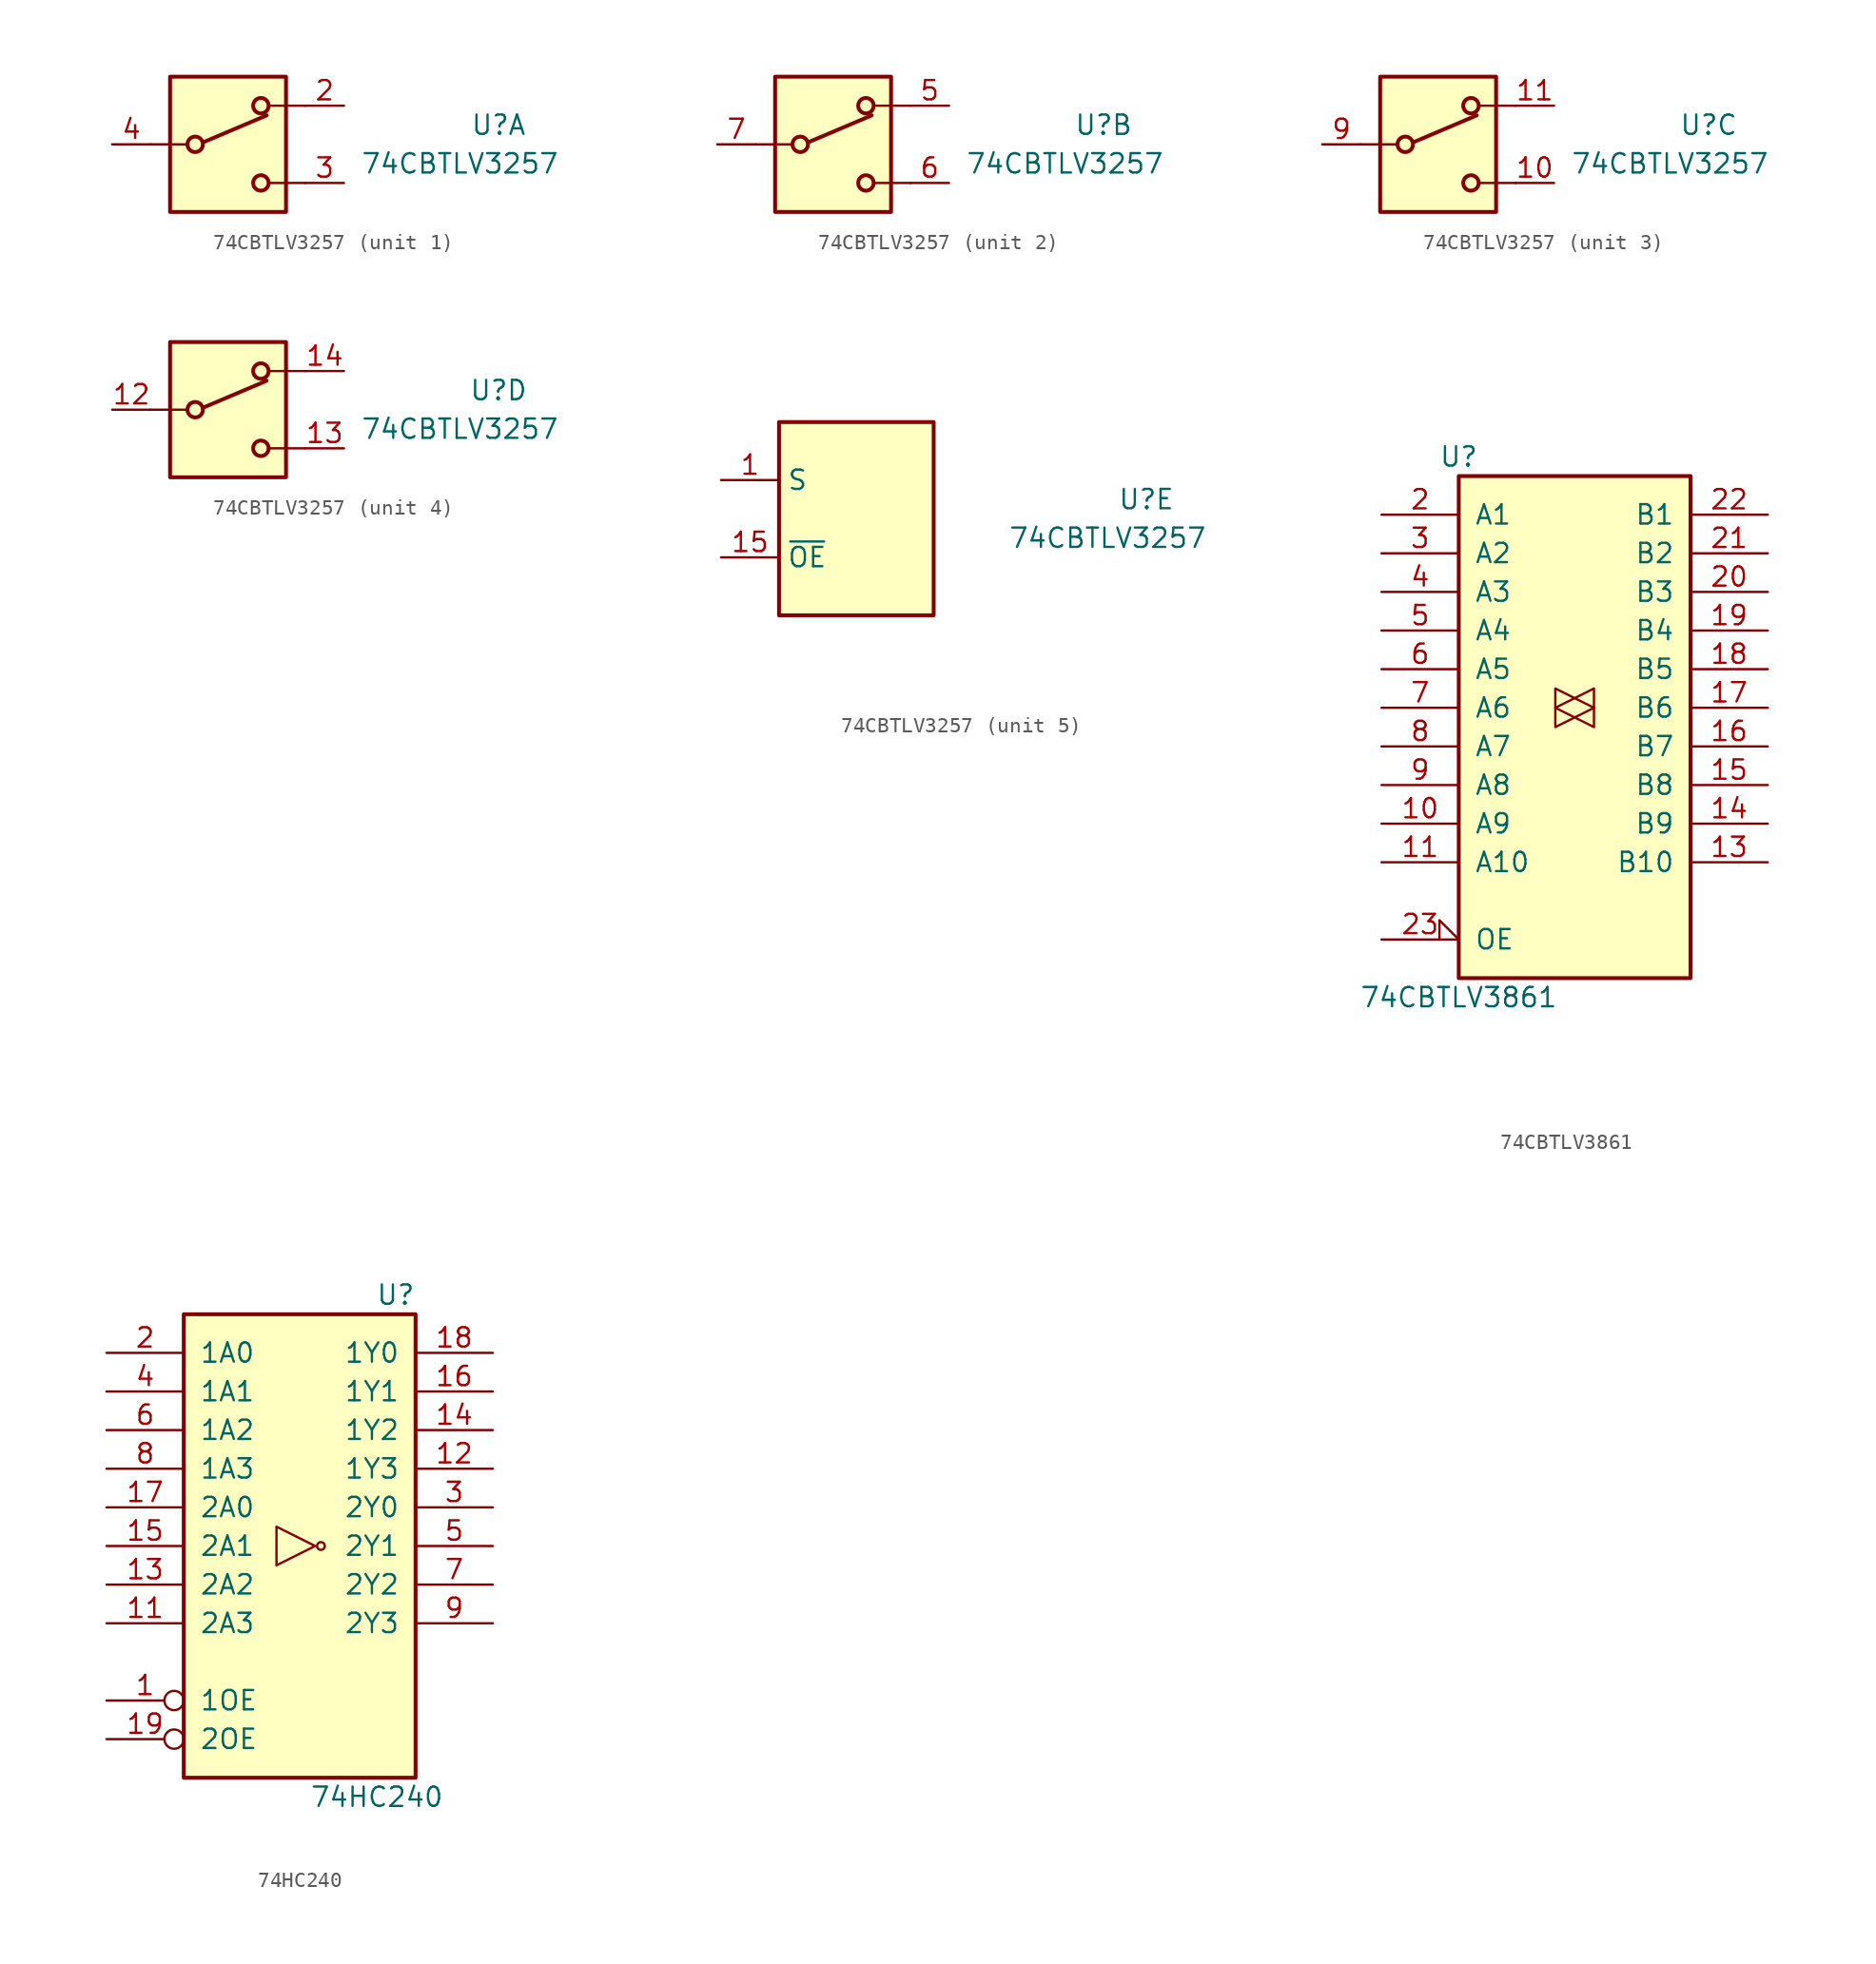
<source format=kicad_sym>
(kicad_symbol_lib
  (version 20231120)
  (generator "kicad_symbol_editor")
  (generator_version "8.0")
  (symbol "74CBTLV3257"
    (property "Reference" "U"
      (at 17.78 1.27 0)
      (effects (font (size 1.27 1.27))))
    (property "Value" "74CBTLV3257"
      (at 15.24 -1.27 0)
      (effects (font (size 1.27 1.27))))
    (property "ki_locked" ""
      (at 0 0 0)
      (effects (font (size 1.27 1.27))))
    (symbol "74CBTLV3257_1_1"
      (rectangle (start -3.81 4.445) (end 3.81 -4.445) (stroke (width 0.254) (type default)) (fill (type background)))
      (circle (center -2.159 0) (radius 0.508) (stroke (width 0.254) (type default)) (fill (type none)))
      (polyline (pts (xy -5.08 0) (xy -2.794 0)) (stroke (width 0) (type default)) (fill (type none)))
      (polyline (pts (xy -1.651 0.127) (xy 2.54 1.905)) (stroke (width 0.254) (type default)) (fill (type none)))
      (polyline (pts (xy 5.08 -2.54) (xy 2.794 -2.54)) (stroke (width 0) (type default)) (fill (type none)))
      (polyline (pts (xy 5.08 2.54) (xy 2.794 2.54)) (stroke (width 0) (type default)) (fill (type none)))
      (circle (center 2.159 -2.54) (radius 0.508) (stroke (width 0.254) (type default)) (fill (type none)))
      (circle (center 2.159 2.54) (radius 0.508) (stroke (width 0.254) (type default)) (fill (type none)))
      (pin passive line (at 7.62 2.54 180) (length 2.54) (name "~" (effects (font (size 1.27 1.27)))) (number "2" (effects (font (size 1.27 1.27)))))
      (pin passive line (at 7.62 -2.54 180) (length 2.54) (name "~" (effects (font (size 1.27 1.27)))) (number "3" (effects (font (size 1.27 1.27)))))
      (pin passive line (at -7.62 0 0) (length 2.54) (name "~" (effects (font (size 1.27 1.27)))) (number "4" (effects (font (size 1.27 1.27))))))
    (symbol "74CBTLV3257_2_1"
      (rectangle (start -3.81 4.445) (end 3.81 -4.445) (stroke (width 0.254) (type default)) (fill (type background)))
      (circle (center -2.159 0) (radius 0.508) (stroke (width 0.254) (type default)) (fill (type none)))
      (polyline (pts (xy -5.08 0) (xy -2.794 0)) (stroke (width 0) (type default)) (fill (type none)))
      (polyline (pts (xy -1.651 0.127) (xy 2.54 1.905)) (stroke (width 0.254) (type default)) (fill (type none)))
      (polyline (pts (xy 5.08 -2.54) (xy 2.794 -2.54)) (stroke (width 0) (type default)) (fill (type none)))
      (polyline (pts (xy 5.08 2.54) (xy 2.794 2.54)) (stroke (width 0) (type default)) (fill (type none)))
      (circle (center 2.159 -2.54) (radius 0.508) (stroke (width 0.254) (type default)) (fill (type none)))
      (circle (center 2.159 2.54) (radius 0.508) (stroke (width 0.254) (type default)) (fill (type none)))
      (pin passive line (at 7.62 2.54 180) (length 2.54) (name "~" (effects (font (size 1.27 1.27)))) (number "5" (effects (font (size 1.27 1.27)))))
      (pin passive line (at 7.62 -2.54 180) (length 2.54) (name "~" (effects (font (size 1.27 1.27)))) (number "6" (effects (font (size 1.27 1.27)))))
      (pin passive line (at -7.62 0 0) (length 2.54) (name "~" (effects (font (size 1.27 1.27)))) (number "7" (effects (font (size 1.27 1.27))))))
    (symbol "74CBTLV3257_3_1"
      (rectangle (start -3.81 4.445) (end 3.81 -4.445) (stroke (width 0.254) (type default)) (fill (type background)))
      (circle (center -2.159 0) (radius 0.508) (stroke (width 0.254) (type default)) (fill (type none)))
      (polyline (pts (xy -5.08 0) (xy -2.794 0)) (stroke (width 0) (type default)) (fill (type none)))
      (polyline (pts (xy -1.651 0.127) (xy 2.54 1.905)) (stroke (width 0.254) (type default)) (fill (type none)))
      (polyline (pts (xy 5.08 -2.54) (xy 2.794 -2.54)) (stroke (width 0) (type default)) (fill (type none)))
      (polyline (pts (xy 5.08 2.54) (xy 2.794 2.54)) (stroke (width 0) (type default)) (fill (type none)))
      (circle (center 2.159 -2.54) (radius 0.508) (stroke (width 0.254) (type default)) (fill (type none)))
      (circle (center 2.159 2.54) (radius 0.508) (stroke (width 0.254) (type default)) (fill (type none)))
      (pin passive line (at 7.62 -2.54 180) (length 2.54) (name "~" (effects (font (size 1.27 1.27)))) (number "10" (effects (font (size 1.27 1.27)))))
      (pin passive line (at 7.62 2.54 180) (length 2.54) (name "~" (effects (font (size 1.27 1.27)))) (number "11" (effects (font (size 1.27 1.27)))))
      (pin passive line (at -7.62 0 0) (length 2.54) (name "~" (effects (font (size 1.27 1.27)))) (number "9" (effects (font (size 1.27 1.27))))))
    (symbol "74CBTLV3257_4_1"
      (rectangle (start -3.81 4.445) (end 3.81 -4.445) (stroke (width 0.254) (type default)) (fill (type background)))
      (circle (center -2.159 0) (radius 0.508) (stroke (width 0.254) (type default)) (fill (type none)))
      (polyline (pts (xy -5.08 0) (xy -2.794 0)) (stroke (width 0) (type default)) (fill (type none)))
      (polyline (pts (xy -1.651 0.127) (xy 2.54 1.905)) (stroke (width 0.254) (type default)) (fill (type none)))
      (polyline (pts (xy 5.08 -2.54) (xy 2.794 -2.54)) (stroke (width 0) (type default)) (fill (type none)))
      (polyline (pts (xy 5.08 2.54) (xy 2.794 2.54)) (stroke (width 0) (type default)) (fill (type none)))
      (circle (center 2.159 -2.54) (radius 0.508) (stroke (width 0.254) (type default)) (fill (type none)))
      (circle (center 2.159 2.54) (radius 0.508) (stroke (width 0.254) (type default)) (fill (type none)))
      (pin passive line (at -7.62 0 0) (length 2.54) (name "~" (effects (font (size 1.27 1.27)))) (number "12" (effects (font (size 1.27 1.27)))))
      (pin passive line (at 7.62 -2.54 180) (length 2.54) (name "~" (effects (font (size 1.27 1.27)))) (number "13" (effects (font (size 1.27 1.27)))))
      (pin passive line (at 7.62 2.54 180) (length 2.54) (name "~" (effects (font (size 1.27 1.27)))) (number "14" (effects (font (size 1.27 1.27))))))
    (symbol "74CBTLV3257_5_1"
      (rectangle (start 3.81 6.35) (end -6.35 -6.35) (stroke (width 0.254) (type default)) (fill (type background)))
      (pin input line (at -10.16 2.54 0) (length 3.81) (name "S" (effects (font (size 1.27 1.27)))) (number "1" (effects (font (size 1.27 1.27)))))
      (pin input line (at -10.16 -2.54 0) (length 3.81) (name "~{OE}" (effects (font (size 1.27 1.27)))) (number "15" (effects (font (size 1.27 1.27)))))
      (pin input line (at 0 10.16 270) (length 3.81) hide (name "VCC" (effects (font (size 1.27 1.27)))) (number "16" (effects (font (size 1.27 1.27)))))
      (pin input line (at 0 -10.16 90) (length 3.81) hide (name "GND" (effects (font (size 1.27 1.27)))) (number "8" (effects (font (size 1.27 1.27)))))))
  (symbol "74CBTLV3861"
    (pin_names
      (offset 1.016))
    (property "Reference" "U"
      (at -7.62 16.51 0)
      (effects (font (size 1.27 1.27))))
    (property "Value" "74CBTLV3861"
      (at -7.62 -19.05 0)
      (effects (font (size 1.27 1.27))))
    (property "ki_locked" ""
      (at 0 0 0)
      (effects (font (size 1.27 1.27))))
    (symbol "74CBTLV3861_1_0"
      (polyline (pts (xy 1.27 0) (xy -1.27 1.27) (xy -1.27 -1.27) (xy 1.27 0)) (stroke (width 0.152) (type default)) (fill (type none)))
      (polyline (pts (xy 1.27 1.27) (xy -1.27 0) (xy 1.27 -1.27) (xy 1.27 1.27)) (stroke (width 0) (type default)) (fill (type none)))
      (pin bidirectional line (at -12.7 -7.62 0) (length 5.08) (name "A9" (effects (font (size 1.27 1.27)))) (number "10" (effects (font (size 1.27 1.27)))))
      (pin bidirectional line (at -12.7 -10.16 0) (length 5.08) (name "A10" (effects (font (size 1.27 1.27)))) (number "11" (effects (font (size 1.27 1.27)))))
      (pin input line (at 0 -22.86 90) (length 5.08) hide (name "GND" (effects (font (size 1.27 1.27)))) (number "12" (effects (font (size 1.27 1.27)))))
      (pin bidirectional line (at 12.7 -10.16 180) (length 5.08) (name "B10" (effects (font (size 1.27 1.27)))) (number "13" (effects (font (size 1.27 1.27)))))
      (pin bidirectional line (at 12.7 -7.62 180) (length 5.08) (name "B9" (effects (font (size 1.27 1.27)))) (number "14" (effects (font (size 1.27 1.27)))))
      (pin bidirectional line (at 12.7 -5.08 180) (length 5.08) (name "B8" (effects (font (size 1.27 1.27)))) (number "15" (effects (font (size 1.27 1.27)))))
      (pin bidirectional line (at 12.7 -2.54 180) (length 5.08) (name "B7" (effects (font (size 1.27 1.27)))) (number "16" (effects (font (size 1.27 1.27)))))
      (pin bidirectional line (at 12.7 0 180) (length 5.08) (name "B6" (effects (font (size 1.27 1.27)))) (number "17" (effects (font (size 1.27 1.27)))))
      (pin bidirectional line (at 12.7 2.54 180) (length 5.08) (name "B5" (effects (font (size 1.27 1.27)))) (number "18" (effects (font (size 1.27 1.27)))))
      (pin bidirectional line (at 12.7 5.08 180) (length 5.08) (name "B4" (effects (font (size 1.27 1.27)))) (number "19" (effects (font (size 1.27 1.27)))))
      (pin bidirectional line (at -12.7 12.7 0) (length 5.08) (name "A1" (effects (font (size 1.27 1.27)))) (number "2" (effects (font (size 1.27 1.27)))))
      (pin bidirectional line (at 12.7 7.62 180) (length 5.08) (name "B3" (effects (font (size 1.27 1.27)))) (number "20" (effects (font (size 1.27 1.27)))))
      (pin bidirectional line (at 12.7 10.16 180) (length 5.08) (name "B2" (effects (font (size 1.27 1.27)))) (number "21" (effects (font (size 1.27 1.27)))))
      (pin bidirectional line (at 12.7 12.7 180) (length 5.08) (name "B1" (effects (font (size 1.27 1.27)))) (number "22" (effects (font (size 1.27 1.27)))))
      (pin input input_low (at -12.7 -15.24 0) (length 5.08) (name "OE" (effects (font (size 1.27 1.27)))) (number "23" (effects (font (size 1.27 1.27)))))
      (pin input line (at 0 20.32 270) (length 5.08) hide (name "VCC" (effects (font (size 1.27 1.27)))) (number "24" (effects (font (size 1.27 1.27)))))
      (pin bidirectional line (at -12.7 10.16 0) (length 5.08) (name "A2" (effects (font (size 1.27 1.27)))) (number "3" (effects (font (size 1.27 1.27)))))
      (pin bidirectional line (at -12.7 7.62 0) (length 5.08) (name "A3" (effects (font (size 1.27 1.27)))) (number "4" (effects (font (size 1.27 1.27)))))
      (pin bidirectional line (at -12.7 5.08 0) (length 5.08) (name "A4" (effects (font (size 1.27 1.27)))) (number "5" (effects (font (size 1.27 1.27)))))
      (pin bidirectional line (at -12.7 2.54 0) (length 5.08) (name "A5" (effects (font (size 1.27 1.27)))) (number "6" (effects (font (size 1.27 1.27)))))
      (pin bidirectional line (at -12.7 0 0) (length 5.08) (name "A6" (effects (font (size 1.27 1.27)))) (number "7" (effects (font (size 1.27 1.27)))))
      (pin bidirectional line (at -12.7 -2.54 0) (length 5.08) (name "A7" (effects (font (size 1.27 1.27)))) (number "8" (effects (font (size 1.27 1.27)))))
      (pin bidirectional line (at -12.7 -5.08 0) (length 5.08) (name "A8" (effects (font (size 1.27 1.27)))) (number "9" (effects (font (size 1.27 1.27))))))
    (symbol "74CBTLV3861_1_1"
      (rectangle (start -7.62 15.24) (end 7.62 -17.78) (stroke (width 0.254) (type default)) (fill (type background)))))
  (symbol "74HC240"
    (pin_names
      (offset 1.016))
    (property "Reference" "U"
      (at 7.62 16.51 0)
      (effects (font (size 1.27 1.27)) (justify right)))
    (property "Value" "74HC240"
      (at 5.08 -16.51 0)
      (effects (font (size 1.27 1.27))))
    (property "ki_locked" ""
      (at 0 0 0)
      (effects (font (size 1.27 1.27))))
    (symbol "74HC240_1_0"
      (polyline (pts (xy 1.016 0) (xy -1.524 1.27) (xy -1.524 -1.27) (xy 1.016 0)) (stroke (width 0.152) (type default)) (fill (type none)))
      (circle (center 1.397 0) (radius 0.254) (stroke (width 0.152) (type default)) (fill (type none)))
      (pin input inverted (at -12.7 -10.16 0) (length 5.08) (name "1OE" (effects (font (size 1.27 1.27)))) (number "1" (effects (font (size 1.27 1.27)))))
      (pin power_in line (at 0 -15.24 90) (length 5.08) hide (name "GND" (effects (font (size 1.27 1.27)))) (number "10" (effects (font (size 1.27 1.27)))))
      (pin input line (at -12.7 -5.08 0) (length 5.08) (name "2A3" (effects (font (size 1.27 1.27)))) (number "11" (effects (font (size 1.27 1.27)))))
      (pin tri_state line (at 12.7 5.08 180) (length 5.08) (name "1Y3" (effects (font (size 1.27 1.27)))) (number "12" (effects (font (size 1.27 1.27)))))
      (pin input line (at -12.7 -2.54 0) (length 5.08) (name "2A2" (effects (font (size 1.27 1.27)))) (number "13" (effects (font (size 1.27 1.27)))))
      (pin tri_state line (at 12.7 7.62 180) (length 5.08) (name "1Y2" (effects (font (size 1.27 1.27)))) (number "14" (effects (font (size 1.27 1.27)))))
      (pin input line (at -12.7 0 0) (length 5.08) (name "2A1" (effects (font (size 1.27 1.27)))) (number "15" (effects (font (size 1.27 1.27)))))
      (pin tri_state line (at 12.7 10.16 180) (length 5.08) (name "1Y1" (effects (font (size 1.27 1.27)))) (number "16" (effects (font (size 1.27 1.27)))))
      (pin input line (at -12.7 2.54 0) (length 5.08) (name "2A0" (effects (font (size 1.27 1.27)))) (number "17" (effects (font (size 1.27 1.27)))))
      (pin tri_state line (at 12.7 12.7 180) (length 5.08) (name "1Y0" (effects (font (size 1.27 1.27)))) (number "18" (effects (font (size 1.27 1.27)))))
      (pin input inverted (at -12.7 -12.7 0) (length 5.08) (name "2OE" (effects (font (size 1.27 1.27)))) (number "19" (effects (font (size 1.27 1.27)))))
      (pin input line (at -12.7 12.7 0) (length 5.08) (name "1A0" (effects (font (size 1.27 1.27)))) (number "2" (effects (font (size 1.27 1.27)))))
      (pin power_in line (at 0 15.24 270) (length 5.08) hide (name "VCC" (effects (font (size 1.27 1.27)))) (number "20" (effects (font (size 1.27 1.27)))))
      (pin tri_state line (at 12.7 2.54 180) (length 5.08) (name "2Y0" (effects (font (size 1.27 1.27)))) (number "3" (effects (font (size 1.27 1.27)))))
      (pin input line (at -12.7 10.16 0) (length 5.08) (name "1A1" (effects (font (size 1.27 1.27)))) (number "4" (effects (font (size 1.27 1.27)))))
      (pin tri_state line (at 12.7 0 180) (length 5.08) (name "2Y1" (effects (font (size 1.27 1.27)))) (number "5" (effects (font (size 1.27 1.27)))))
      (pin input line (at -12.7 7.62 0) (length 5.08) (name "1A2" (effects (font (size 1.27 1.27)))) (number "6" (effects (font (size 1.27 1.27)))))
      (pin tri_state line (at 12.7 -2.54 180) (length 5.08) (name "2Y2" (effects (font (size 1.27 1.27)))) (number "7" (effects (font (size 1.27 1.27)))))
      (pin input line (at -12.7 5.08 0) (length 5.08) (name "1A3" (effects (font (size 1.27 1.27)))) (number "8" (effects (font (size 1.27 1.27)))))
      (pin tri_state line (at 12.7 -5.08 180) (length 5.08) (name "2Y3" (effects (font (size 1.27 1.27)))) (number "9" (effects (font (size 1.27 1.27))))))
    (symbol "74HC240_1_1"
      (rectangle (start -7.62 15.24) (end 7.62 -15.24) (stroke (width 0.254) (type default)) (fill (type background))))))
</source>
